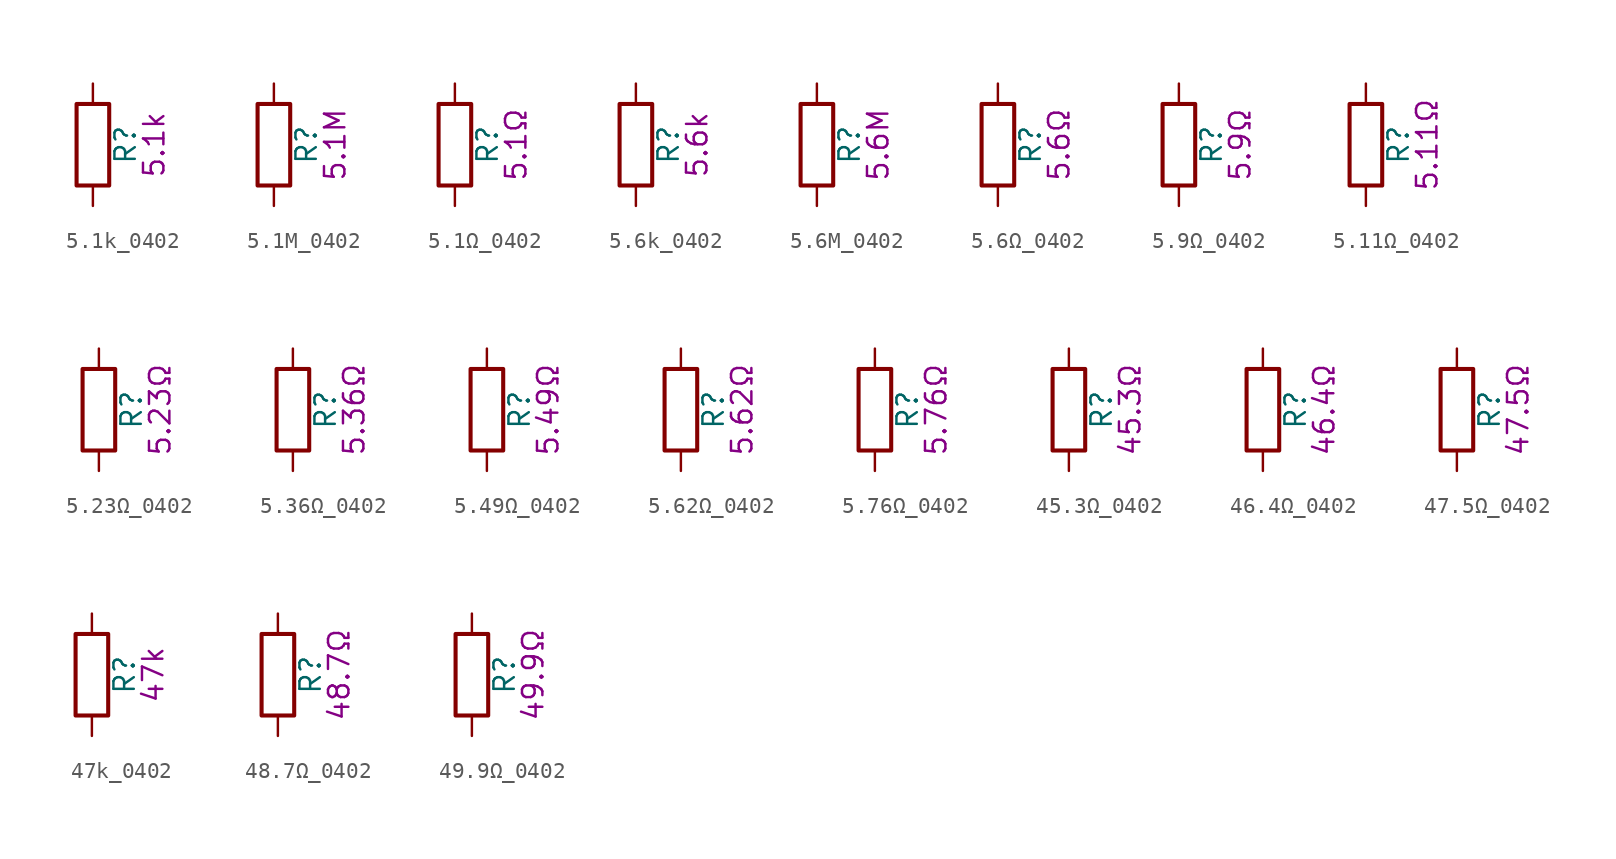
<source format=kicad_sym>
(kicad_symbol_lib
  (version 20211014)
  (generator kicad_symbol_editor)
  (symbol "5.1k_0402"
    (pin_numbers hide)
    (pin_names
      (offset 0))
    (property "Reference" "R"
      (at 2.032 0 90)
      (effects (font (size 1.27 1.27))))
    (property "Display" "5.1k"
      (at 3.81 0 90)
      (effects (font (size 1.27 1.27))))
    (symbol "5.1k_0402_0_1"
      (rectangle (start -1.016 -2.54) (end 1.016 2.54) (stroke (width 0.254) (type default) (color 0 0 0 0)) (fill (type none))))
    (symbol "5.1k_0402_1_1"
      (pin passive line (at 0 3.81 270) (length 1.27) (name "~" (effects (font (size 1.27 1.27)))) (number "1" (effects (font (size 1.27 1.27)))))
      (pin passive line (at 0 -3.81 90) (length 1.27) (name "~" (effects (font (size 1.27 1.27)))) (number "2" (effects (font (size 1.27 1.27)))))))
  (symbol "5.1M_0402"
    (pin_numbers hide)
    (pin_names
      (offset 0))
    (property "Reference" "R"
      (at 2.032 0 90)
      (effects (font (size 1.27 1.27))))
    (property "Display" "5.1M"
      (at 3.81 0 90)
      (effects (font (size 1.27 1.27))))
    (symbol "5.1M_0402_0_1"
      (rectangle (start -1.016 -2.54) (end 1.016 2.54) (stroke (width 0.254) (type default) (color 0 0 0 0)) (fill (type none))))
    (symbol "5.1M_0402_1_1"
      (pin passive line (at 0 3.81 270) (length 1.27) (name "~" (effects (font (size 1.27 1.27)))) (number "1" (effects (font (size 1.27 1.27)))))
      (pin passive line (at 0 -3.81 90) (length 1.27) (name "~" (effects (font (size 1.27 1.27)))) (number "2" (effects (font (size 1.27 1.27)))))))
  (symbol "5.1Ω_0402"
    (pin_numbers hide)
    (pin_names
      (offset 0))
    (property "Reference" "R"
      (at 2.032 0 90)
      (effects (font (size 1.27 1.27))))
    (property "Display" "5.1Ω"
      (at 3.81 0 90)
      (effects (font (size 1.27 1.27))))
    (symbol "5.1Ω_0402_0_1"
      (rectangle (start -1.016 -2.54) (end 1.016 2.54) (stroke (width 0.254) (type default) (color 0 0 0 0)) (fill (type none))))
    (symbol "5.1Ω_0402_1_1"
      (pin passive line (at 0 3.81 270) (length 1.27) (name "~" (effects (font (size 1.27 1.27)))) (number "1" (effects (font (size 1.27 1.27)))))
      (pin passive line (at 0 -3.81 90) (length 1.27) (name "~" (effects (font (size 1.27 1.27)))) (number "2" (effects (font (size 1.27 1.27)))))))
  (symbol "5.6k_0402"
    (pin_numbers hide)
    (pin_names
      (offset 0))
    (property "Reference" "R"
      (at 2.032 0 90)
      (effects (font (size 1.27 1.27))))
    (property "Display" "5.6k"
      (at 3.81 0 90)
      (effects (font (size 1.27 1.27))))
    (symbol "5.6k_0402_0_1"
      (rectangle (start -1.016 -2.54) (end 1.016 2.54) (stroke (width 0.254) (type default) (color 0 0 0 0)) (fill (type none))))
    (symbol "5.6k_0402_1_1"
      (pin passive line (at 0 3.81 270) (length 1.27) (name "~" (effects (font (size 1.27 1.27)))) (number "1" (effects (font (size 1.27 1.27)))))
      (pin passive line (at 0 -3.81 90) (length 1.27) (name "~" (effects (font (size 1.27 1.27)))) (number "2" (effects (font (size 1.27 1.27)))))))
  (symbol "5.6M_0402"
    (pin_numbers hide)
    (pin_names
      (offset 0))
    (property "Reference" "R"
      (at 2.032 0 90)
      (effects (font (size 1.27 1.27))))
    (property "Display" "5.6M"
      (at 3.81 0 90)
      (effects (font (size 1.27 1.27))))
    (symbol "5.6M_0402_0_1"
      (rectangle (start -1.016 -2.54) (end 1.016 2.54) (stroke (width 0.254) (type default) (color 0 0 0 0)) (fill (type none))))
    (symbol "5.6M_0402_1_1"
      (pin passive line (at 0 3.81 270) (length 1.27) (name "~" (effects (font (size 1.27 1.27)))) (number "1" (effects (font (size 1.27 1.27)))))
      (pin passive line (at 0 -3.81 90) (length 1.27) (name "~" (effects (font (size 1.27 1.27)))) (number "2" (effects (font (size 1.27 1.27)))))))
  (symbol "5.6Ω_0402"
    (pin_numbers hide)
    (pin_names
      (offset 0))
    (property "Reference" "R"
      (at 2.032 0 90)
      (effects (font (size 1.27 1.27))))
    (property "Display" "5.6Ω"
      (at 3.81 0 90)
      (effects (font (size 1.27 1.27))))
    (symbol "5.6Ω_0402_0_1"
      (rectangle (start -1.016 -2.54) (end 1.016 2.54) (stroke (width 0.254) (type default) (color 0 0 0 0)) (fill (type none))))
    (symbol "5.6Ω_0402_1_1"
      (pin passive line (at 0 3.81 270) (length 1.27) (name "~" (effects (font (size 1.27 1.27)))) (number "1" (effects (font (size 1.27 1.27)))))
      (pin passive line (at 0 -3.81 90) (length 1.27) (name "~" (effects (font (size 1.27 1.27)))) (number "2" (effects (font (size 1.27 1.27)))))))
  (symbol "5.9Ω_0402"
    (pin_numbers hide)
    (pin_names
      (offset 0))
    (property "Reference" "R"
      (at 2.032 0 90)
      (effects (font (size 1.27 1.27))))
    (property "Display" "5.9Ω"
      (at 3.81 0 90)
      (effects (font (size 1.27 1.27))))
    (symbol "5.9Ω_0402_0_1"
      (rectangle (start -1.016 -2.54) (end 1.016 2.54) (stroke (width 0.254) (type default) (color 0 0 0 0)) (fill (type none))))
    (symbol "5.9Ω_0402_1_1"
      (pin passive line (at 0 3.81 270) (length 1.27) (name "~" (effects (font (size 1.27 1.27)))) (number "1" (effects (font (size 1.27 1.27)))))
      (pin passive line (at 0 -3.81 90) (length 1.27) (name "~" (effects (font (size 1.27 1.27)))) (number "2" (effects (font (size 1.27 1.27)))))))
  (symbol "5.11Ω_0402"
    (pin_numbers hide)
    (pin_names
      (offset 0))
    (property "Reference" "R"
      (at 2.032 0 90)
      (effects (font (size 1.27 1.27))))
    (property "Display" "5.11Ω"
      (at 3.81 0 90)
      (effects (font (size 1.27 1.27))))
    (symbol "5.11Ω_0402_0_1"
      (rectangle (start -1.016 -2.54) (end 1.016 2.54) (stroke (width 0.254) (type default) (color 0 0 0 0)) (fill (type none))))
    (symbol "5.11Ω_0402_1_1"
      (pin passive line (at 0 3.81 270) (length 1.27) (name "~" (effects (font (size 1.27 1.27)))) (number "1" (effects (font (size 1.27 1.27)))))
      (pin passive line (at 0 -3.81 90) (length 1.27) (name "~" (effects (font (size 1.27 1.27)))) (number "2" (effects (font (size 1.27 1.27)))))))
  (symbol "5.23Ω_0402"
    (pin_numbers hide)
    (pin_names
      (offset 0))
    (property "Reference" "R"
      (at 2.032 0 90)
      (effects (font (size 1.27 1.27))))
    (property "Display" "5.23Ω"
      (at 3.81 0 90)
      (effects (font (size 1.27 1.27))))
    (symbol "5.23Ω_0402_0_1"
      (rectangle (start -1.016 -2.54) (end 1.016 2.54) (stroke (width 0.254) (type default) (color 0 0 0 0)) (fill (type none))))
    (symbol "5.23Ω_0402_1_1"
      (pin passive line (at 0 3.81 270) (length 1.27) (name "~" (effects (font (size 1.27 1.27)))) (number "1" (effects (font (size 1.27 1.27)))))
      (pin passive line (at 0 -3.81 90) (length 1.27) (name "~" (effects (font (size 1.27 1.27)))) (number "2" (effects (font (size 1.27 1.27)))))))
  (symbol "5.36Ω_0402"
    (pin_numbers hide)
    (pin_names
      (offset 0))
    (property "Reference" "R"
      (at 2.032 0 90)
      (effects (font (size 1.27 1.27))))
    (property "Display" "5.36Ω"
      (at 3.81 0 90)
      (effects (font (size 1.27 1.27))))
    (symbol "5.36Ω_0402_0_1"
      (rectangle (start -1.016 -2.54) (end 1.016 2.54) (stroke (width 0.254) (type default) (color 0 0 0 0)) (fill (type none))))
    (symbol "5.36Ω_0402_1_1"
      (pin passive line (at 0 3.81 270) (length 1.27) (name "~" (effects (font (size 1.27 1.27)))) (number "1" (effects (font (size 1.27 1.27)))))
      (pin passive line (at 0 -3.81 90) (length 1.27) (name "~" (effects (font (size 1.27 1.27)))) (number "2" (effects (font (size 1.27 1.27)))))))
  (symbol "5.49Ω_0402"
    (pin_numbers hide)
    (pin_names
      (offset 0))
    (property "Reference" "R"
      (at 2.032 0 90)
      (effects (font (size 1.27 1.27))))
    (property "Display" "5.49Ω"
      (at 3.81 0 90)
      (effects (font (size 1.27 1.27))))
    (symbol "5.49Ω_0402_0_1"
      (rectangle (start -1.016 -2.54) (end 1.016 2.54) (stroke (width 0.254) (type default) (color 0 0 0 0)) (fill (type none))))
    (symbol "5.49Ω_0402_1_1"
      (pin passive line (at 0 3.81 270) (length 1.27) (name "~" (effects (font (size 1.27 1.27)))) (number "1" (effects (font (size 1.27 1.27)))))
      (pin passive line (at 0 -3.81 90) (length 1.27) (name "~" (effects (font (size 1.27 1.27)))) (number "2" (effects (font (size 1.27 1.27)))))))
  (symbol "5.62Ω_0402"
    (pin_numbers hide)
    (pin_names
      (offset 0))
    (property "Reference" "R"
      (at 2.032 0 90)
      (effects (font (size 1.27 1.27))))
    (property "Display" "5.62Ω"
      (at 3.81 0 90)
      (effects (font (size 1.27 1.27))))
    (symbol "5.62Ω_0402_0_1"
      (rectangle (start -1.016 -2.54) (end 1.016 2.54) (stroke (width 0.254) (type default) (color 0 0 0 0)) (fill (type none))))
    (symbol "5.62Ω_0402_1_1"
      (pin passive line (at 0 3.81 270) (length 1.27) (name "~" (effects (font (size 1.27 1.27)))) (number "1" (effects (font (size 1.27 1.27)))))
      (pin passive line (at 0 -3.81 90) (length 1.27) (name "~" (effects (font (size 1.27 1.27)))) (number "2" (effects (font (size 1.27 1.27)))))))
  (symbol "5.76Ω_0402"
    (pin_numbers hide)
    (pin_names
      (offset 0))
    (property "Reference" "R"
      (at 2.032 0 90)
      (effects (font (size 1.27 1.27))))
    (property "Display" "5.76Ω"
      (at 3.81 0 90)
      (effects (font (size 1.27 1.27))))
    (symbol "5.76Ω_0402_0_1"
      (rectangle (start -1.016 -2.54) (end 1.016 2.54) (stroke (width 0.254) (type default) (color 0 0 0 0)) (fill (type none))))
    (symbol "5.76Ω_0402_1_1"
      (pin passive line (at 0 3.81 270) (length 1.27) (name "~" (effects (font (size 1.27 1.27)))) (number "1" (effects (font (size 1.27 1.27)))))
      (pin passive line (at 0 -3.81 90) (length 1.27) (name "~" (effects (font (size 1.27 1.27)))) (number "2" (effects (font (size 1.27 1.27)))))))
  (symbol "45.3Ω_0402"
    (pin_numbers hide)
    (pin_names
      (offset 0))
    (property "Reference" "R"
      (at 2.032 0 90)
      (effects (font (size 1.27 1.27))))
    (property "Display" "45.3Ω"
      (at 3.81 0 90)
      (effects (font (size 1.27 1.27))))
    (symbol "45.3Ω_0402_0_1"
      (rectangle (start -1.016 -2.54) (end 1.016 2.54) (stroke (width 0.254) (type default) (color 0 0 0 0)) (fill (type none))))
    (symbol "45.3Ω_0402_1_1"
      (pin passive line (at 0 3.81 270) (length 1.27) (name "~" (effects (font (size 1.27 1.27)))) (number "1" (effects (font (size 1.27 1.27)))))
      (pin passive line (at 0 -3.81 90) (length 1.27) (name "~" (effects (font (size 1.27 1.27)))) (number "2" (effects (font (size 1.27 1.27)))))))
  (symbol "46.4Ω_0402"
    (pin_numbers hide)
    (pin_names
      (offset 0))
    (property "Reference" "R"
      (at 2.032 0 90)
      (effects (font (size 1.27 1.27))))
    (property "Display" "46.4Ω"
      (at 3.81 0 90)
      (effects (font (size 1.27 1.27))))
    (symbol "46.4Ω_0402_0_1"
      (rectangle (start -1.016 -2.54) (end 1.016 2.54) (stroke (width 0.254) (type default) (color 0 0 0 0)) (fill (type none))))
    (symbol "46.4Ω_0402_1_1"
      (pin passive line (at 0 3.81 270) (length 1.27) (name "~" (effects (font (size 1.27 1.27)))) (number "1" (effects (font (size 1.27 1.27)))))
      (pin passive line (at 0 -3.81 90) (length 1.27) (name "~" (effects (font (size 1.27 1.27)))) (number "2" (effects (font (size 1.27 1.27)))))))
  (symbol "47.5Ω_0402"
    (pin_numbers hide)
    (pin_names
      (offset 0))
    (property "Reference" "R"
      (at 2.032 0 90)
      (effects (font (size 1.27 1.27))))
    (property "Display" "47.5Ω"
      (at 3.81 0 90)
      (effects (font (size 1.27 1.27))))
    (symbol "47.5Ω_0402_0_1"
      (rectangle (start -1.016 -2.54) (end 1.016 2.54) (stroke (width 0.254) (type default) (color 0 0 0 0)) (fill (type none))))
    (symbol "47.5Ω_0402_1_1"
      (pin passive line (at 0 3.81 270) (length 1.27) (name "~" (effects (font (size 1.27 1.27)))) (number "1" (effects (font (size 1.27 1.27)))))
      (pin passive line (at 0 -3.81 90) (length 1.27) (name "~" (effects (font (size 1.27 1.27)))) (number "2" (effects (font (size 1.27 1.27)))))))
  (symbol "47k_0402"
    (pin_numbers hide)
    (pin_names
      (offset 0))
    (property "Reference" "R"
      (at 2.032 0 90)
      (effects (font (size 1.27 1.27))))
    (property "Display" "47k"
      (at 3.81 0 90)
      (effects (font (size 1.27 1.27))))
    (symbol "47k_0402_0_1"
      (rectangle (start -1.016 -2.54) (end 1.016 2.54) (stroke (width 0.254) (type default) (color 0 0 0 0)) (fill (type none))))
    (symbol "47k_0402_1_1"
      (pin passive line (at 0 3.81 270) (length 1.27) (name "~" (effects (font (size 1.27 1.27)))) (number "1" (effects (font (size 1.27 1.27)))))
      (pin passive line (at 0 -3.81 90) (length 1.27) (name "~" (effects (font (size 1.27 1.27)))) (number "2" (effects (font (size 1.27 1.27)))))))
  (symbol "48.7Ω_0402"
    (pin_numbers hide)
    (pin_names
      (offset 0))
    (property "Reference" "R"
      (at 2.032 0 90)
      (effects (font (size 1.27 1.27))))
    (property "Display" "48.7Ω"
      (at 3.81 0 90)
      (effects (font (size 1.27 1.27))))
    (symbol "48.7Ω_0402_0_1"
      (rectangle (start -1.016 -2.54) (end 1.016 2.54) (stroke (width 0.254) (type default) (color 0 0 0 0)) (fill (type none))))
    (symbol "48.7Ω_0402_1_1"
      (pin passive line (at 0 3.81 270) (length 1.27) (name "~" (effects (font (size 1.27 1.27)))) (number "1" (effects (font (size 1.27 1.27)))))
      (pin passive line (at 0 -3.81 90) (length 1.27) (name "~" (effects (font (size 1.27 1.27)))) (number "2" (effects (font (size 1.27 1.27)))))))
  (symbol "49.9Ω_0402"
    (pin_numbers hide)
    (pin_names
      (offset 0))
    (property "Reference" "R"
      (at 2.032 0 90)
      (effects (font (size 1.27 1.27))))
    (property "Display" "49.9Ω"
      (at 3.81 0 90)
      (effects (font (size 1.27 1.27))))
    (symbol "49.9Ω_0402_0_1"
      (rectangle (start -1.016 -2.54) (end 1.016 2.54) (stroke (width 0.254) (type default) (color 0 0 0 0)) (fill (type none))))
    (symbol "49.9Ω_0402_1_1"
      (pin passive line (at 0 3.81 270) (length 1.27) (name "~" (effects (font (size 1.27 1.27)))) (number "1" (effects (font (size 1.27 1.27)))))
      (pin passive line (at 0 -3.81 90) (length 1.27) (name "~" (effects (font (size 1.27 1.27)))) (number "2" (effects (font (size 1.27 1.27))))))))
</source>
